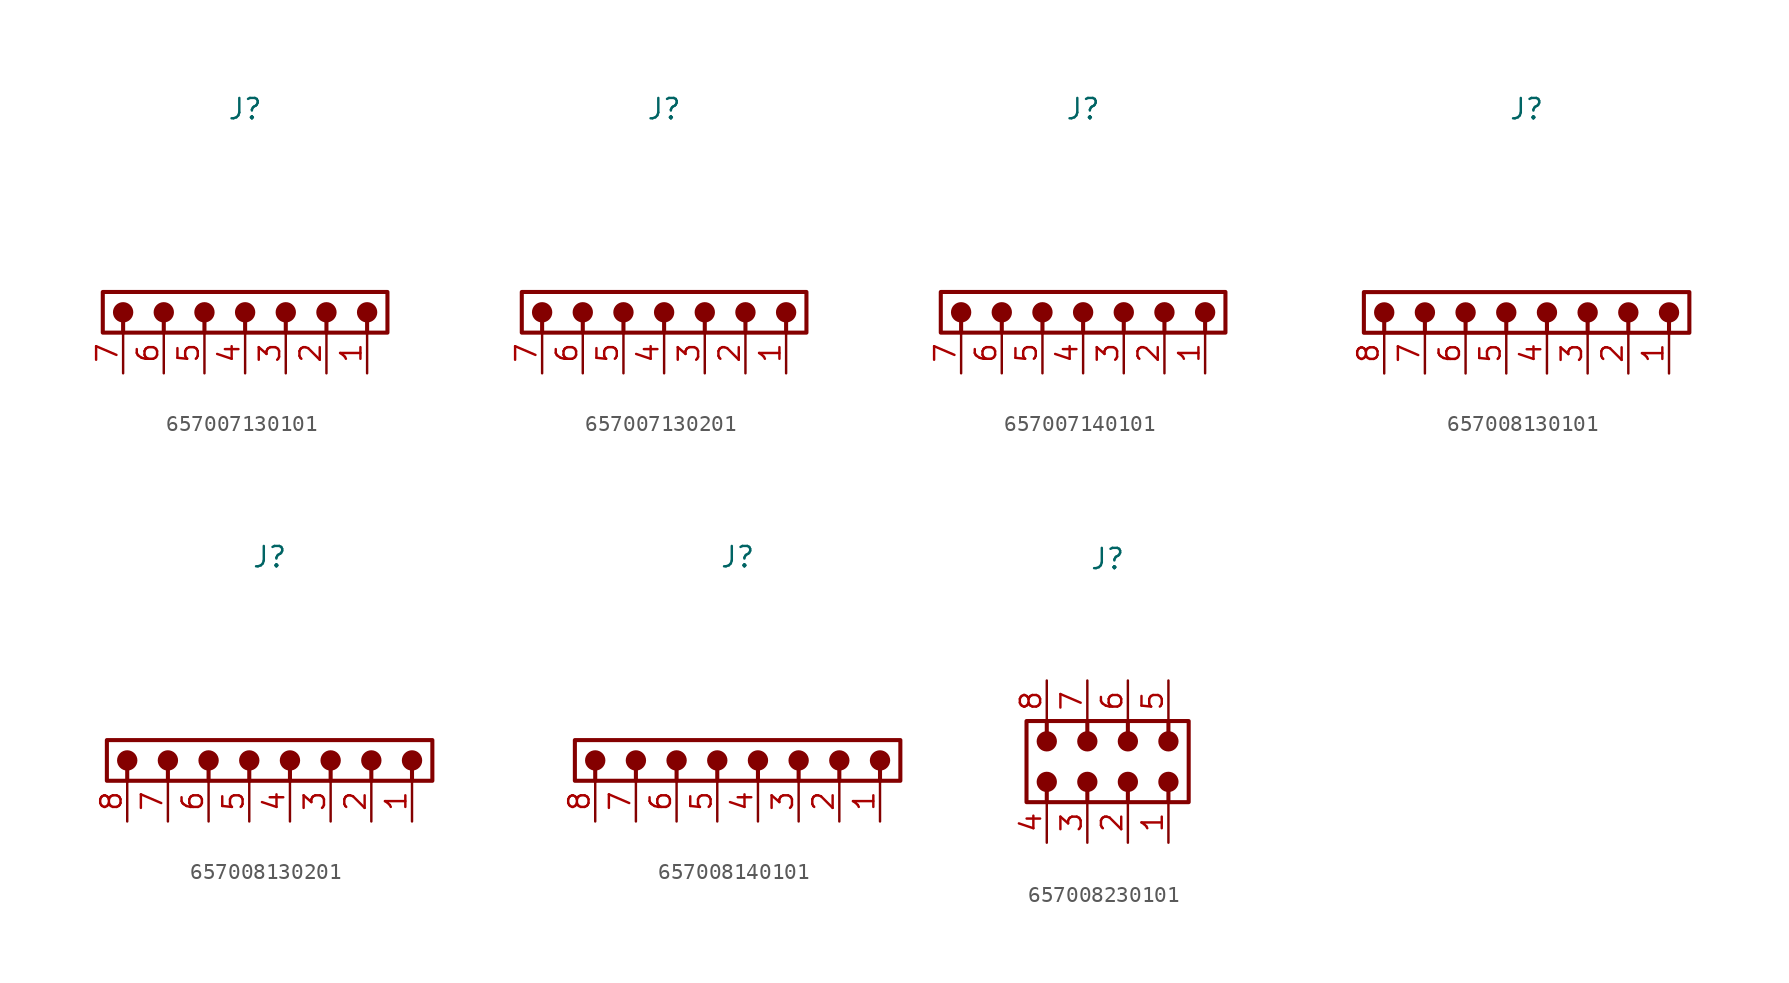
<source format=kicad_sym>
(kicad_symbol_lib
  (version 20241209)
  (generator "kicad_symbol_editor")
  (generator_version "9.0")
  (symbol "657007130101"
    (pin_names
      (hide yes))
    (property "Reference" "J"
      (at 0 12.7 0)
      (effects (font (size 1.27 1.27))))
    (symbol "657007130101_1_1"
      (rectangle (start -8.89 1.27) (end 8.89 -1.27) (stroke (width 0.254) (type solid)) (fill (type none)))
      (circle (center -7.62 0) (radius 0.508) (stroke (width 0.254) (type solid)) (fill (type outline)))
      (polyline (pts (xy -7.62 -0.508) (xy -7.62 -1.27)) (stroke (width 0.254) (type solid)) (fill (type none)))
      (circle (center -5.08 0) (radius 0.508) (stroke (width 0.254) (type solid)) (fill (type outline)))
      (polyline (pts (xy -5.08 -0.508) (xy -5.08 -1.27)) (stroke (width 0.254) (type solid)) (fill (type none)))
      (circle (center -2.54 0) (radius 0.508) (stroke (width 0.254) (type solid)) (fill (type outline)))
      (polyline (pts (xy -2.54 -0.508) (xy -2.54 -1.27)) (stroke (width 0.254) (type solid)) (fill (type none)))
      (circle (center 0 0) (radius 0.508) (stroke (width 0.254) (type solid)) (fill (type outline)))
      (polyline (pts (xy 0 -0.508) (xy 0 -1.27)) (stroke (width 0.254) (type solid)) (fill (type none)))
      (circle (center 2.54 0) (radius 0.508) (stroke (width 0.254) (type solid)) (fill (type outline)))
      (polyline (pts (xy 2.54 -0.508) (xy 2.54 -1.27)) (stroke (width 0.254) (type solid)) (fill (type none)))
      (circle (center 5.08 0) (radius 0.508) (stroke (width 0.254) (type solid)) (fill (type outline)))
      (polyline (pts (xy 5.08 -0.508) (xy 5.08 -1.27)) (stroke (width 0.254) (type solid)) (fill (type none)))
      (circle (center 7.62 0) (radius 0.508) (stroke (width 0.254) (type solid)) (fill (type outline)))
      (polyline (pts (xy 7.62 -0.508) (xy 7.62 -1.27)) (stroke (width 0.254) (type solid)) (fill (type none)))
      (pin passive line (at -7.62 -3.81 90) (length 2.54) (name "7" (effects (font (size 1.27 1.27)))) (number "7" (effects (font (size 1.27 1.27)))))
      (pin passive line (at -5.08 -3.81 90) (length 2.54) (name "6" (effects (font (size 1.27 1.27)))) (number "6" (effects (font (size 1.27 1.27)))))
      (pin passive line (at -2.54 -3.81 90) (length 2.54) (name "5" (effects (font (size 1.27 1.27)))) (number "5" (effects (font (size 1.27 1.27)))))
      (pin passive line (at 0 -3.81 90) (length 2.54) (name "4" (effects (font (size 1.27 1.27)))) (number "4" (effects (font (size 1.27 1.27)))))
      (pin passive line (at 2.54 -3.81 90) (length 2.54) (name "3" (effects (font (size 1.27 1.27)))) (number "3" (effects (font (size 1.27 1.27)))))
      (pin passive line (at 5.08 -3.81 90) (length 2.54) (name "2" (effects (font (size 1.27 1.27)))) (number "2" (effects (font (size 1.27 1.27)))))
      (pin passive line (at 7.62 -3.81 90) (length 2.54) (name "1" (effects (font (size 1.27 1.27)))) (number "1" (effects (font (size 1.27 1.27)))))))
  (symbol "657007130201"
    (pin_names
      (hide yes))
    (property "Reference" "J"
      (at 0 12.7 0)
      (effects (font (size 1.27 1.27))))
    (symbol "657007130201_1_1"
      (rectangle (start -8.89 1.27) (end 8.89 -1.27) (stroke (width 0.254) (type solid)) (fill (type none)))
      (circle (center -7.62 0) (radius 0.508) (stroke (width 0.254) (type solid)) (fill (type outline)))
      (polyline (pts (xy -7.62 -0.508) (xy -7.62 -1.27)) (stroke (width 0.254) (type solid)) (fill (type none)))
      (circle (center -5.08 0) (radius 0.508) (stroke (width 0.254) (type solid)) (fill (type outline)))
      (polyline (pts (xy -5.08 -0.508) (xy -5.08 -1.27)) (stroke (width 0.254) (type solid)) (fill (type none)))
      (circle (center -2.54 0) (radius 0.508) (stroke (width 0.254) (type solid)) (fill (type outline)))
      (polyline (pts (xy -2.54 -0.508) (xy -2.54 -1.27)) (stroke (width 0.254) (type solid)) (fill (type none)))
      (circle (center 0 0) (radius 0.508) (stroke (width 0.254) (type solid)) (fill (type outline)))
      (polyline (pts (xy 0 -0.508) (xy 0 -1.27)) (stroke (width 0.254) (type solid)) (fill (type none)))
      (circle (center 2.54 0) (radius 0.508) (stroke (width 0.254) (type solid)) (fill (type outline)))
      (polyline (pts (xy 2.54 -0.508) (xy 2.54 -1.27)) (stroke (width 0.254) (type solid)) (fill (type none)))
      (circle (center 5.08 0) (radius 0.508) (stroke (width 0.254) (type solid)) (fill (type outline)))
      (polyline (pts (xy 5.08 -0.508) (xy 5.08 -1.27)) (stroke (width 0.254) (type solid)) (fill (type none)))
      (circle (center 7.62 0) (radius 0.508) (stroke (width 0.254) (type solid)) (fill (type outline)))
      (polyline (pts (xy 7.62 -0.508) (xy 7.62 -1.27)) (stroke (width 0.254) (type solid)) (fill (type none)))
      (pin passive line (at -7.62 -3.81 90) (length 2.54) (name "7" (effects (font (size 1.27 1.27)))) (number "7" (effects (font (size 1.27 1.27)))))
      (pin passive line (at -5.08 -3.81 90) (length 2.54) (name "6" (effects (font (size 1.27 1.27)))) (number "6" (effects (font (size 1.27 1.27)))))
      (pin passive line (at -2.54 -3.81 90) (length 2.54) (name "5" (effects (font (size 1.27 1.27)))) (number "5" (effects (font (size 1.27 1.27)))))
      (pin passive line (at 0 -3.81 90) (length 2.54) (name "4" (effects (font (size 1.27 1.27)))) (number "4" (effects (font (size 1.27 1.27)))))
      (pin passive line (at 2.54 -3.81 90) (length 2.54) (name "3" (effects (font (size 1.27 1.27)))) (number "3" (effects (font (size 1.27 1.27)))))
      (pin passive line (at 5.08 -3.81 90) (length 2.54) (name "2" (effects (font (size 1.27 1.27)))) (number "2" (effects (font (size 1.27 1.27)))))
      (pin passive line (at 7.62 -3.81 90) (length 2.54) (name "1" (effects (font (size 1.27 1.27)))) (number "1" (effects (font (size 1.27 1.27)))))))
  (symbol "657007140101"
    (pin_names
      (hide yes))
    (property "Reference" "J"
      (at 0 12.7 0)
      (effects (font (size 1.27 1.27))))
    (symbol "657007140101_1_1"
      (rectangle (start -8.89 1.27) (end 8.89 -1.27) (stroke (width 0.254) (type solid)) (fill (type none)))
      (circle (center -7.62 0) (radius 0.508) (stroke (width 0.254) (type solid)) (fill (type outline)))
      (polyline (pts (xy -7.62 -0.508) (xy -7.62 -1.27)) (stroke (width 0.254) (type solid)) (fill (type none)))
      (circle (center -5.08 0) (radius 0.508) (stroke (width 0.254) (type solid)) (fill (type outline)))
      (polyline (pts (xy -5.08 -0.508) (xy -5.08 -1.27)) (stroke (width 0.254) (type solid)) (fill (type none)))
      (circle (center -2.54 0) (radius 0.508) (stroke (width 0.254) (type solid)) (fill (type outline)))
      (polyline (pts (xy -2.54 -0.508) (xy -2.54 -1.27)) (stroke (width 0.254) (type solid)) (fill (type none)))
      (circle (center 0 0) (radius 0.508) (stroke (width 0.254) (type solid)) (fill (type outline)))
      (polyline (pts (xy 0 -0.508) (xy 0 -1.27)) (stroke (width 0.254) (type solid)) (fill (type none)))
      (circle (center 2.54 0) (radius 0.508) (stroke (width 0.254) (type solid)) (fill (type outline)))
      (polyline (pts (xy 2.54 -0.508) (xy 2.54 -1.27)) (stroke (width 0.254) (type solid)) (fill (type none)))
      (circle (center 5.08 0) (radius 0.508) (stroke (width 0.254) (type solid)) (fill (type outline)))
      (polyline (pts (xy 5.08 -0.508) (xy 5.08 -1.27)) (stroke (width 0.254) (type solid)) (fill (type none)))
      (circle (center 7.62 0) (radius 0.508) (stroke (width 0.254) (type solid)) (fill (type outline)))
      (polyline (pts (xy 7.62 -0.508) (xy 7.62 -1.27)) (stroke (width 0.254) (type solid)) (fill (type none)))
      (pin passive line (at -7.62 -3.81 90) (length 2.54) (name "7" (effects (font (size 1.27 1.27)))) (number "7" (effects (font (size 1.27 1.27)))))
      (pin passive line (at -5.08 -3.81 90) (length 2.54) (name "6" (effects (font (size 1.27 1.27)))) (number "6" (effects (font (size 1.27 1.27)))))
      (pin passive line (at -2.54 -3.81 90) (length 2.54) (name "5" (effects (font (size 1.27 1.27)))) (number "5" (effects (font (size 1.27 1.27)))))
      (pin passive line (at 0 -3.81 90) (length 2.54) (name "4" (effects (font (size 1.27 1.27)))) (number "4" (effects (font (size 1.27 1.27)))))
      (pin passive line (at 2.54 -3.81 90) (length 2.54) (name "3" (effects (font (size 1.27 1.27)))) (number "3" (effects (font (size 1.27 1.27)))))
      (pin passive line (at 5.08 -3.81 90) (length 2.54) (name "2" (effects (font (size 1.27 1.27)))) (number "2" (effects (font (size 1.27 1.27)))))
      (pin passive line (at 7.62 -3.81 90) (length 2.54) (name "1" (effects (font (size 1.27 1.27)))) (number "1" (effects (font (size 1.27 1.27)))))))
  (symbol "657008130101"
    (pin_names
      (hide yes))
    (property "Reference" "J"
      (at 0 12.7 0)
      (effects (font (size 1.27 1.27))))
    (symbol "657008130101_1_1"
      (rectangle (start -10.16 1.27) (end 10.16 -1.27) (stroke (width 0.254) (type solid)) (fill (type none)))
      (circle (center -8.89 0) (radius 0.508) (stroke (width 0.254) (type solid)) (fill (type outline)))
      (polyline (pts (xy -8.89 -0.508) (xy -8.89 -1.27)) (stroke (width 0.254) (type solid)) (fill (type none)))
      (circle (center -6.35 0) (radius 0.508) (stroke (width 0.254) (type solid)) (fill (type outline)))
      (polyline (pts (xy -6.35 -0.508) (xy -6.35 -1.27)) (stroke (width 0.254) (type solid)) (fill (type none)))
      (circle (center -3.81 0) (radius 0.508) (stroke (width 0.254) (type solid)) (fill (type outline)))
      (polyline (pts (xy -3.81 -0.508) (xy -3.81 -1.27)) (stroke (width 0.254) (type solid)) (fill (type none)))
      (circle (center -1.27 0) (radius 0.508) (stroke (width 0.254) (type solid)) (fill (type outline)))
      (polyline (pts (xy -1.27 -0.508) (xy -1.27 -1.27)) (stroke (width 0.254) (type solid)) (fill (type none)))
      (circle (center 1.27 0) (radius 0.508) (stroke (width 0.254) (type solid)) (fill (type outline)))
      (polyline (pts (xy 1.27 -0.508) (xy 1.27 -1.27)) (stroke (width 0.254) (type solid)) (fill (type none)))
      (circle (center 3.81 0) (radius 0.508) (stroke (width 0.254) (type solid)) (fill (type outline)))
      (polyline (pts (xy 3.81 -0.508) (xy 3.81 -1.27)) (stroke (width 0.254) (type solid)) (fill (type none)))
      (circle (center 6.35 0) (radius 0.508) (stroke (width 0.254) (type solid)) (fill (type outline)))
      (polyline (pts (xy 6.35 -0.508) (xy 6.35 -1.27)) (stroke (width 0.254) (type solid)) (fill (type none)))
      (circle (center 8.89 0) (radius 0.508) (stroke (width 0.254) (type solid)) (fill (type outline)))
      (polyline (pts (xy 8.89 -0.508) (xy 8.89 -1.27)) (stroke (width 0.254) (type solid)) (fill (type none)))
      (pin passive line (at -8.89 -3.81 90) (length 2.54) (name "8" (effects (font (size 1.27 1.27)))) (number "8" (effects (font (size 1.27 1.27)))))
      (pin passive line (at -6.35 -3.81 90) (length 2.54) (name "7" (effects (font (size 1.27 1.27)))) (number "7" (effects (font (size 1.27 1.27)))))
      (pin passive line (at -3.81 -3.81 90) (length 2.54) (name "6" (effects (font (size 1.27 1.27)))) (number "6" (effects (font (size 1.27 1.27)))))
      (pin passive line (at -1.27 -3.81 90) (length 2.54) (name "5" (effects (font (size 1.27 1.27)))) (number "5" (effects (font (size 1.27 1.27)))))
      (pin passive line (at 1.27 -3.81 90) (length 2.54) (name "4" (effects (font (size 1.27 1.27)))) (number "4" (effects (font (size 1.27 1.27)))))
      (pin passive line (at 3.81 -3.81 90) (length 2.54) (name "3" (effects (font (size 1.27 1.27)))) (number "3" (effects (font (size 1.27 1.27)))))
      (pin passive line (at 6.35 -3.81 90) (length 2.54) (name "2" (effects (font (size 1.27 1.27)))) (number "2" (effects (font (size 1.27 1.27)))))
      (pin passive line (at 8.89 -3.81 90) (length 2.54) (name "1" (effects (font (size 1.27 1.27)))) (number "1" (effects (font (size 1.27 1.27)))))))
  (symbol "657008130201"
    (pin_names
      (hide yes))
    (property "Reference" "J"
      (at 0 12.7 0)
      (effects (font (size 1.27 1.27))))
    (symbol "657008130201_1_1"
      (rectangle (start -10.16 1.27) (end 10.16 -1.27) (stroke (width 0.254) (type solid)) (fill (type none)))
      (circle (center -8.89 0) (radius 0.508) (stroke (width 0.254) (type solid)) (fill (type outline)))
      (polyline (pts (xy -8.89 -0.508) (xy -8.89 -1.27)) (stroke (width 0.254) (type solid)) (fill (type none)))
      (circle (center -6.35 0) (radius 0.508) (stroke (width 0.254) (type solid)) (fill (type outline)))
      (polyline (pts (xy -6.35 -0.508) (xy -6.35 -1.27)) (stroke (width 0.254) (type solid)) (fill (type none)))
      (circle (center -3.81 0) (radius 0.508) (stroke (width 0.254) (type solid)) (fill (type outline)))
      (polyline (pts (xy -3.81 -0.508) (xy -3.81 -1.27)) (stroke (width 0.254) (type solid)) (fill (type none)))
      (circle (center -1.27 0) (radius 0.508) (stroke (width 0.254) (type solid)) (fill (type outline)))
      (polyline (pts (xy -1.27 -0.508) (xy -1.27 -1.27)) (stroke (width 0.254) (type solid)) (fill (type none)))
      (circle (center 1.27 0) (radius 0.508) (stroke (width 0.254) (type solid)) (fill (type outline)))
      (polyline (pts (xy 1.27 -0.508) (xy 1.27 -1.27)) (stroke (width 0.254) (type solid)) (fill (type none)))
      (circle (center 3.81 0) (radius 0.508) (stroke (width 0.254) (type solid)) (fill (type outline)))
      (polyline (pts (xy 3.81 -0.508) (xy 3.81 -1.27)) (stroke (width 0.254) (type solid)) (fill (type none)))
      (circle (center 6.35 0) (radius 0.508) (stroke (width 0.254) (type solid)) (fill (type outline)))
      (polyline (pts (xy 6.35 -0.508) (xy 6.35 -1.27)) (stroke (width 0.254) (type solid)) (fill (type none)))
      (circle (center 8.89 0) (radius 0.508) (stroke (width 0.254) (type solid)) (fill (type outline)))
      (polyline (pts (xy 8.89 -0.508) (xy 8.89 -1.27)) (stroke (width 0.254) (type solid)) (fill (type none)))
      (pin passive line (at -8.89 -3.81 90) (length 2.54) (name "8" (effects (font (size 1.27 1.27)))) (number "8" (effects (font (size 1.27 1.27)))))
      (pin passive line (at -6.35 -3.81 90) (length 2.54) (name "7" (effects (font (size 1.27 1.27)))) (number "7" (effects (font (size 1.27 1.27)))))
      (pin passive line (at -3.81 -3.81 90) (length 2.54) (name "6" (effects (font (size 1.27 1.27)))) (number "6" (effects (font (size 1.27 1.27)))))
      (pin passive line (at -1.27 -3.81 90) (length 2.54) (name "5" (effects (font (size 1.27 1.27)))) (number "5" (effects (font (size 1.27 1.27)))))
      (pin passive line (at 1.27 -3.81 90) (length 2.54) (name "4" (effects (font (size 1.27 1.27)))) (number "4" (effects (font (size 1.27 1.27)))))
      (pin passive line (at 3.81 -3.81 90) (length 2.54) (name "3" (effects (font (size 1.27 1.27)))) (number "3" (effects (font (size 1.27 1.27)))))
      (pin passive line (at 6.35 -3.81 90) (length 2.54) (name "2" (effects (font (size 1.27 1.27)))) (number "2" (effects (font (size 1.27 1.27)))))
      (pin passive line (at 8.89 -3.81 90) (length 2.54) (name "1" (effects (font (size 1.27 1.27)))) (number "1" (effects (font (size 1.27 1.27)))))))
  (symbol "657008140101"
    (pin_names
      (hide yes))
    (property "Reference" "J"
      (at 0 12.7 0)
      (effects (font (size 1.27 1.27))))
    (symbol "657008140101_1_1"
      (rectangle (start -10.16 1.27) (end 10.16 -1.27) (stroke (width 0.254) (type solid)) (fill (type none)))
      (circle (center -8.89 0) (radius 0.508) (stroke (width 0.254) (type solid)) (fill (type outline)))
      (polyline (pts (xy -8.89 -0.508) (xy -8.89 -1.27)) (stroke (width 0.254) (type solid)) (fill (type none)))
      (circle (center -6.35 0) (radius 0.508) (stroke (width 0.254) (type solid)) (fill (type outline)))
      (polyline (pts (xy -6.35 -0.508) (xy -6.35 -1.27)) (stroke (width 0.254) (type solid)) (fill (type none)))
      (circle (center -3.81 0) (radius 0.508) (stroke (width 0.254) (type solid)) (fill (type outline)))
      (polyline (pts (xy -3.81 -0.508) (xy -3.81 -1.27)) (stroke (width 0.254) (type solid)) (fill (type none)))
      (circle (center -1.27 0) (radius 0.508) (stroke (width 0.254) (type solid)) (fill (type outline)))
      (polyline (pts (xy -1.27 -0.508) (xy -1.27 -1.27)) (stroke (width 0.254) (type solid)) (fill (type none)))
      (circle (center 1.27 0) (radius 0.508) (stroke (width 0.254) (type solid)) (fill (type outline)))
      (polyline (pts (xy 1.27 -0.508) (xy 1.27 -1.27)) (stroke (width 0.254) (type solid)) (fill (type none)))
      (circle (center 3.81 0) (radius 0.508) (stroke (width 0.254) (type solid)) (fill (type outline)))
      (polyline (pts (xy 3.81 -0.508) (xy 3.81 -1.27)) (stroke (width 0.254) (type solid)) (fill (type none)))
      (circle (center 6.35 0) (radius 0.508) (stroke (width 0.254) (type solid)) (fill (type outline)))
      (polyline (pts (xy 6.35 -0.508) (xy 6.35 -1.27)) (stroke (width 0.254) (type solid)) (fill (type none)))
      (circle (center 8.89 0) (radius 0.508) (stroke (width 0.254) (type solid)) (fill (type outline)))
      (polyline (pts (xy 8.89 -0.508) (xy 8.89 -1.27)) (stroke (width 0.254) (type solid)) (fill (type none)))
      (pin passive line (at -8.89 -3.81 90) (length 2.54) (name "8" (effects (font (size 1.27 1.27)))) (number "8" (effects (font (size 1.27 1.27)))))
      (pin passive line (at -6.35 -3.81 90) (length 2.54) (name "7" (effects (font (size 1.27 1.27)))) (number "7" (effects (font (size 1.27 1.27)))))
      (pin passive line (at -3.81 -3.81 90) (length 2.54) (name "6" (effects (font (size 1.27 1.27)))) (number "6" (effects (font (size 1.27 1.27)))))
      (pin passive line (at -1.27 -3.81 90) (length 2.54) (name "5" (effects (font (size 1.27 1.27)))) (number "5" (effects (font (size 1.27 1.27)))))
      (pin passive line (at 1.27 -3.81 90) (length 2.54) (name "4" (effects (font (size 1.27 1.27)))) (number "4" (effects (font (size 1.27 1.27)))))
      (pin passive line (at 3.81 -3.81 90) (length 2.54) (name "3" (effects (font (size 1.27 1.27)))) (number "3" (effects (font (size 1.27 1.27)))))
      (pin passive line (at 6.35 -3.81 90) (length 2.54) (name "2" (effects (font (size 1.27 1.27)))) (number "2" (effects (font (size 1.27 1.27)))))
      (pin passive line (at 8.89 -3.81 90) (length 2.54) (name "1" (effects (font (size 1.27 1.27)))) (number "1" (effects (font (size 1.27 1.27)))))))
  (symbol "657008230101"
    (pin_names
      (hide yes))
    (property "Reference" "J"
      (at 0 12.7 0)
      (effects (font (size 1.27 1.27))))
    (symbol "657008230101_1_1"
      (rectangle (start -5.08 2.54) (end 5.08 -2.54) (stroke (width 0.254) (type solid)) (fill (type none)))
      (polyline (pts (xy -3.81 1.778) (xy -3.81 2.54)) (stroke (width 0.254) (type solid)) (fill (type none)))
      (circle (center -3.81 1.27) (radius 0.508) (stroke (width 0.254) (type solid)) (fill (type outline)))
      (circle (center -3.81 -1.27) (radius 0.508) (stroke (width 0.254) (type solid)) (fill (type outline)))
      (polyline (pts (xy -3.81 -1.778) (xy -3.81 -2.54)) (stroke (width 0.254) (type solid)) (fill (type none)))
      (polyline (pts (xy -1.27 1.778) (xy -1.27 2.54)) (stroke (width 0.254) (type solid)) (fill (type none)))
      (circle (center -1.27 1.27) (radius 0.508) (stroke (width 0.254) (type solid)) (fill (type outline)))
      (circle (center -1.27 -1.27) (radius 0.508) (stroke (width 0.254) (type solid)) (fill (type outline)))
      (polyline (pts (xy -1.27 -1.778) (xy -1.27 -2.54)) (stroke (width 0.254) (type solid)) (fill (type none)))
      (polyline (pts (xy 1.27 1.778) (xy 1.27 2.54)) (stroke (width 0.254) (type solid)) (fill (type none)))
      (circle (center 1.27 1.27) (radius 0.508) (stroke (width 0.254) (type solid)) (fill (type outline)))
      (circle (center 1.27 -1.27) (radius 0.508) (stroke (width 0.254) (type solid)) (fill (type outline)))
      (polyline (pts (xy 1.27 -1.778) (xy 1.27 -2.54)) (stroke (width 0.254) (type solid)) (fill (type none)))
      (polyline (pts (xy 3.81 1.778) (xy 3.81 2.54)) (stroke (width 0.254) (type solid)) (fill (type none)))
      (circle (center 3.81 1.27) (radius 0.508) (stroke (width 0.254) (type solid)) (fill (type outline)))
      (circle (center 3.81 -1.27) (radius 0.508) (stroke (width 0.254) (type solid)) (fill (type outline)))
      (polyline (pts (xy 3.81 -1.778) (xy 3.81 -2.54)) (stroke (width 0.254) (type solid)) (fill (type none)))
      (pin passive line (at -3.81 5.08 270) (length 2.54) (name "8" (effects (font (size 1.27 1.27)))) (number "8" (effects (font (size 1.27 1.27)))))
      (pin passive line (at -3.81 -5.08 90) (length 2.54) (name "4" (effects (font (size 1.27 1.27)))) (number "4" (effects (font (size 1.27 1.27)))))
      (pin passive line (at -1.27 5.08 270) (length 2.54) (name "7" (effects (font (size 1.27 1.27)))) (number "7" (effects (font (size 1.27 1.27)))))
      (pin passive line (at -1.27 -5.08 90) (length 2.54) (name "3" (effects (font (size 1.27 1.27)))) (number "3" (effects (font (size 1.27 1.27)))))
      (pin passive line (at 1.27 5.08 270) (length 2.54) (name "6" (effects (font (size 1.27 1.27)))) (number "6" (effects (font (size 1.27 1.27)))))
      (pin passive line (at 1.27 -5.08 90) (length 2.54) (name "2" (effects (font (size 1.27 1.27)))) (number "2" (effects (font (size 1.27 1.27)))))
      (pin passive line (at 3.81 5.08 270) (length 2.54) (name "5" (effects (font (size 1.27 1.27)))) (number "5" (effects (font (size 1.27 1.27)))))
      (pin passive line (at 3.81 -5.08 90) (length 2.54) (name "1" (effects (font (size 1.27 1.27)))) (number "1" (effects (font (size 1.27 1.27))))))))
</source>
